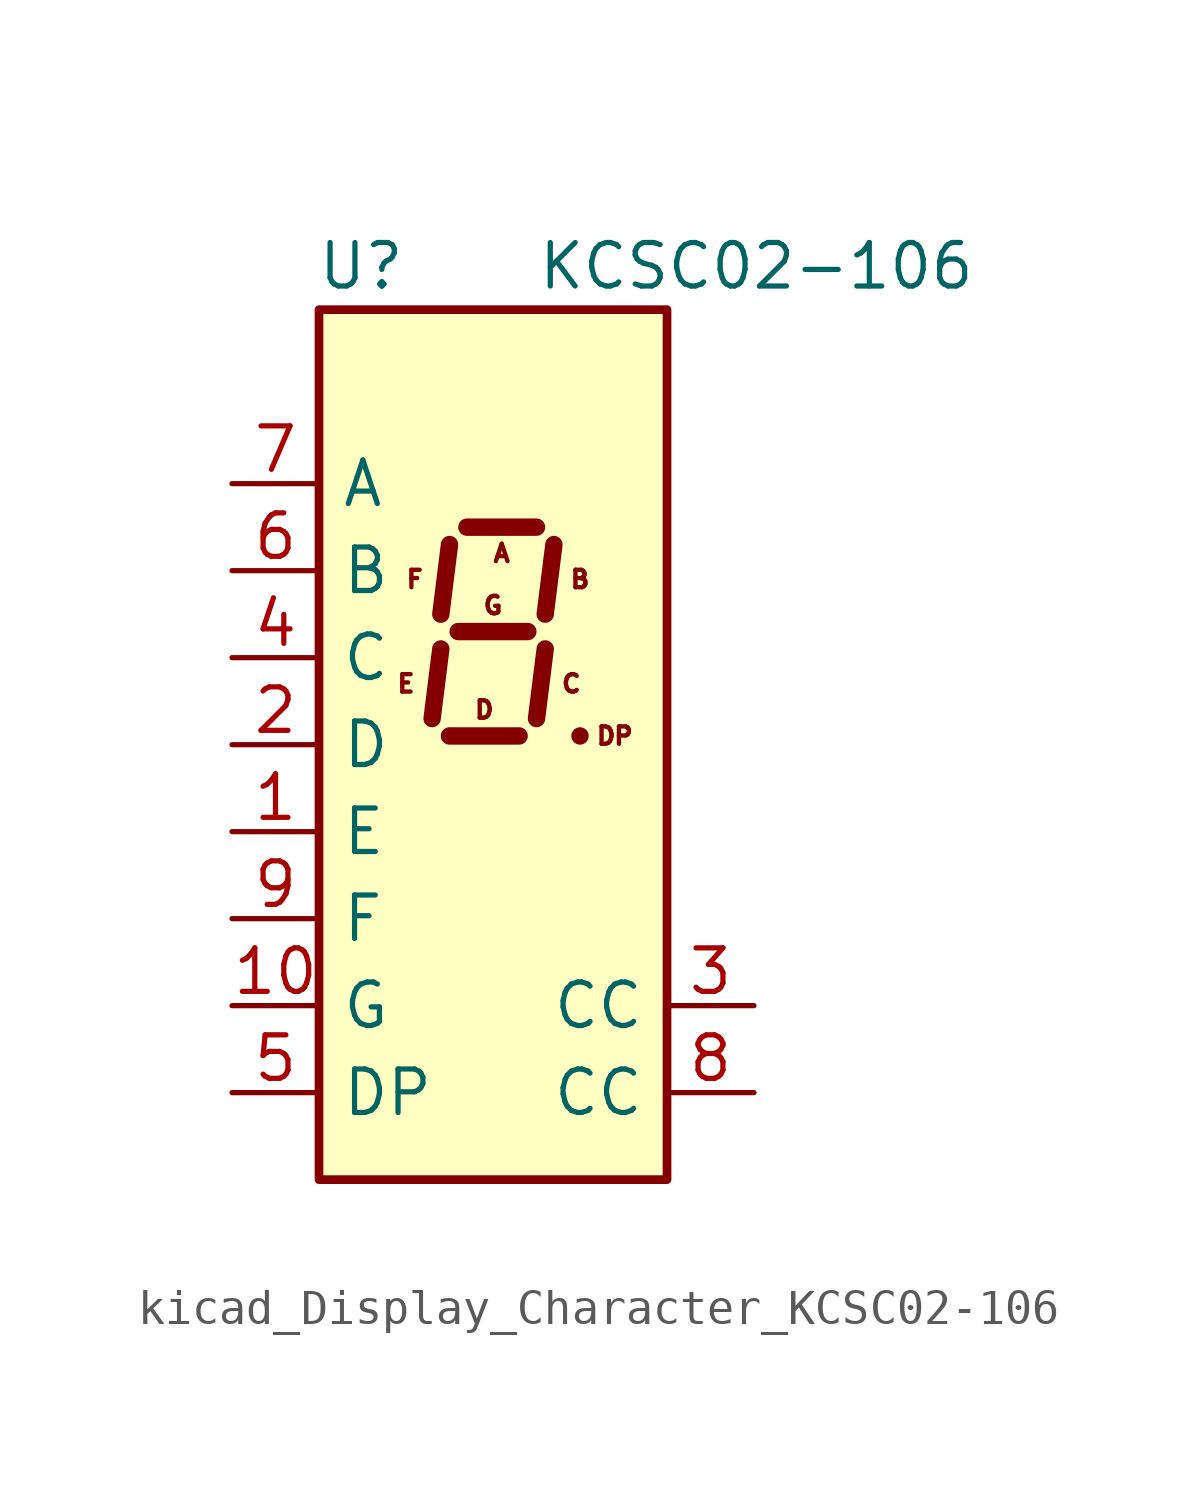
<source format=kicad_sym>
(kicad_symbol_lib
  (version 20220914)
  (generator kicad_symbol_editor)
  (symbol "kicad_Display_Character_KCSC02-106"
    (pin_names
      (offset 0.635))
    (property "Reference" "U"
      (at -2.54 13.97 0)
      (effects (font (size 1.27 1.27)) (justify right)))
    (property "Value" "KCSC02-106"
      (at 1.27 13.97 0)
      (effects (font (size 1.27 1.27)) (justify left)))
    (symbol "kicad_Display_Character_KCSC02-106_0_0"
      (text "A" (at 0.254 5.588 0) (effects (font (size 0.508 0.508))))
      (text "B" (at 2.54 4.826 0) (effects (font (size 0.508 0.508))))
      (text "C" (at 2.286 1.778 0) (effects (font (size 0.508 0.508))))
      (text "D" (at -0.254 1.016 0) (effects (font (size 0.508 0.508))))
      (text "DP" (at 3.556 0.254 0) (effects (font (size 0.508 0.508))))
      (text "E" (at -2.54 1.778 0) (effects (font (size 0.508 0.508))))
      (text "F" (at -2.286 4.826 0) (effects (font (size 0.508 0.508))))
      (text "G" (at 0 4.064 0) (effects (font (size 0.508 0.508)))))
    (symbol "kicad_Display_Character_KCSC02-106_0_1"
      (rectangle (start -5.08 12.7) (end 5.08 -12.7) (stroke (width 0.254) (type default)) (fill (type background)))
      (polyline (pts (xy -1.524 2.794) (xy -1.778 0.762)) (stroke (width 0.508) (type default)) (fill (type none)))
      (polyline (pts (xy -1.27 0.254) (xy 0.762 0.254)) (stroke (width 0.508) (type default)) (fill (type none)))
      (polyline (pts (xy -1.27 5.842) (xy -1.524 3.81)) (stroke (width 0.508) (type default)) (fill (type none)))
      (polyline (pts (xy -1.016 3.302) (xy 1.016 3.302)) (stroke (width 0.508) (type default)) (fill (type none)))
      (polyline (pts (xy -0.762 6.35) (xy 1.27 6.35)) (stroke (width 0.508) (type default)) (fill (type none)))
      (polyline (pts (xy 1.524 2.794) (xy 1.27 0.762)) (stroke (width 0.508) (type default)) (fill (type none)))
      (polyline (pts (xy 1.778 5.842) (xy 1.524 3.81)) (stroke (width 0.508) (type default)) (fill (type none)))
      (polyline (pts (xy 2.54 0.254) (xy 2.54 0.254)) (stroke (width 0.508) (type default)) (fill (type none))))
    (symbol "kicad_Display_Character_KCSC02-106_1_1"
      (pin input line (at -7.62 -2.54 0) (length 2.54) (name "E" (effects (font (size 1.27 1.27)))) (number "1" (effects (font (size 1.27 1.27)))))
      (pin input line (at -7.62 -7.62 0) (length 2.54) (name "G" (effects (font (size 1.27 1.27)))) (number "10" (effects (font (size 1.27 1.27)))))
      (pin input line (at -7.62 0 0) (length 2.54) (name "D" (effects (font (size 1.27 1.27)))) (number "2" (effects (font (size 1.27 1.27)))))
      (pin input line (at 7.62 -7.62 180) (length 2.54) (name "CC" (effects (font (size 1.27 1.27)))) (number "3" (effects (font (size 1.27 1.27)))))
      (pin input line (at -7.62 2.54 0) (length 2.54) (name "C" (effects (font (size 1.27 1.27)))) (number "4" (effects (font (size 1.27 1.27)))))
      (pin input line (at -7.62 -10.16 0) (length 2.54) (name "DP" (effects (font (size 1.27 1.27)))) (number "5" (effects (font (size 1.27 1.27)))))
      (pin input line (at -7.62 5.08 0) (length 2.54) (name "B" (effects (font (size 1.27 1.27)))) (number "6" (effects (font (size 1.27 1.27)))))
      (pin input line (at -7.62 7.62 0) (length 2.54) (name "A" (effects (font (size 1.27 1.27)))) (number "7" (effects (font (size 1.27 1.27)))))
      (pin input line (at 7.62 -10.16 180) (length 2.54) (name "CC" (effects (font (size 1.27 1.27)))) (number "8" (effects (font (size 1.27 1.27)))))
      (pin input line (at -7.62 -5.08 0) (length 2.54) (name "F" (effects (font (size 1.27 1.27)))) (number "9" (effects (font (size 1.27 1.27))))))))
</source>
